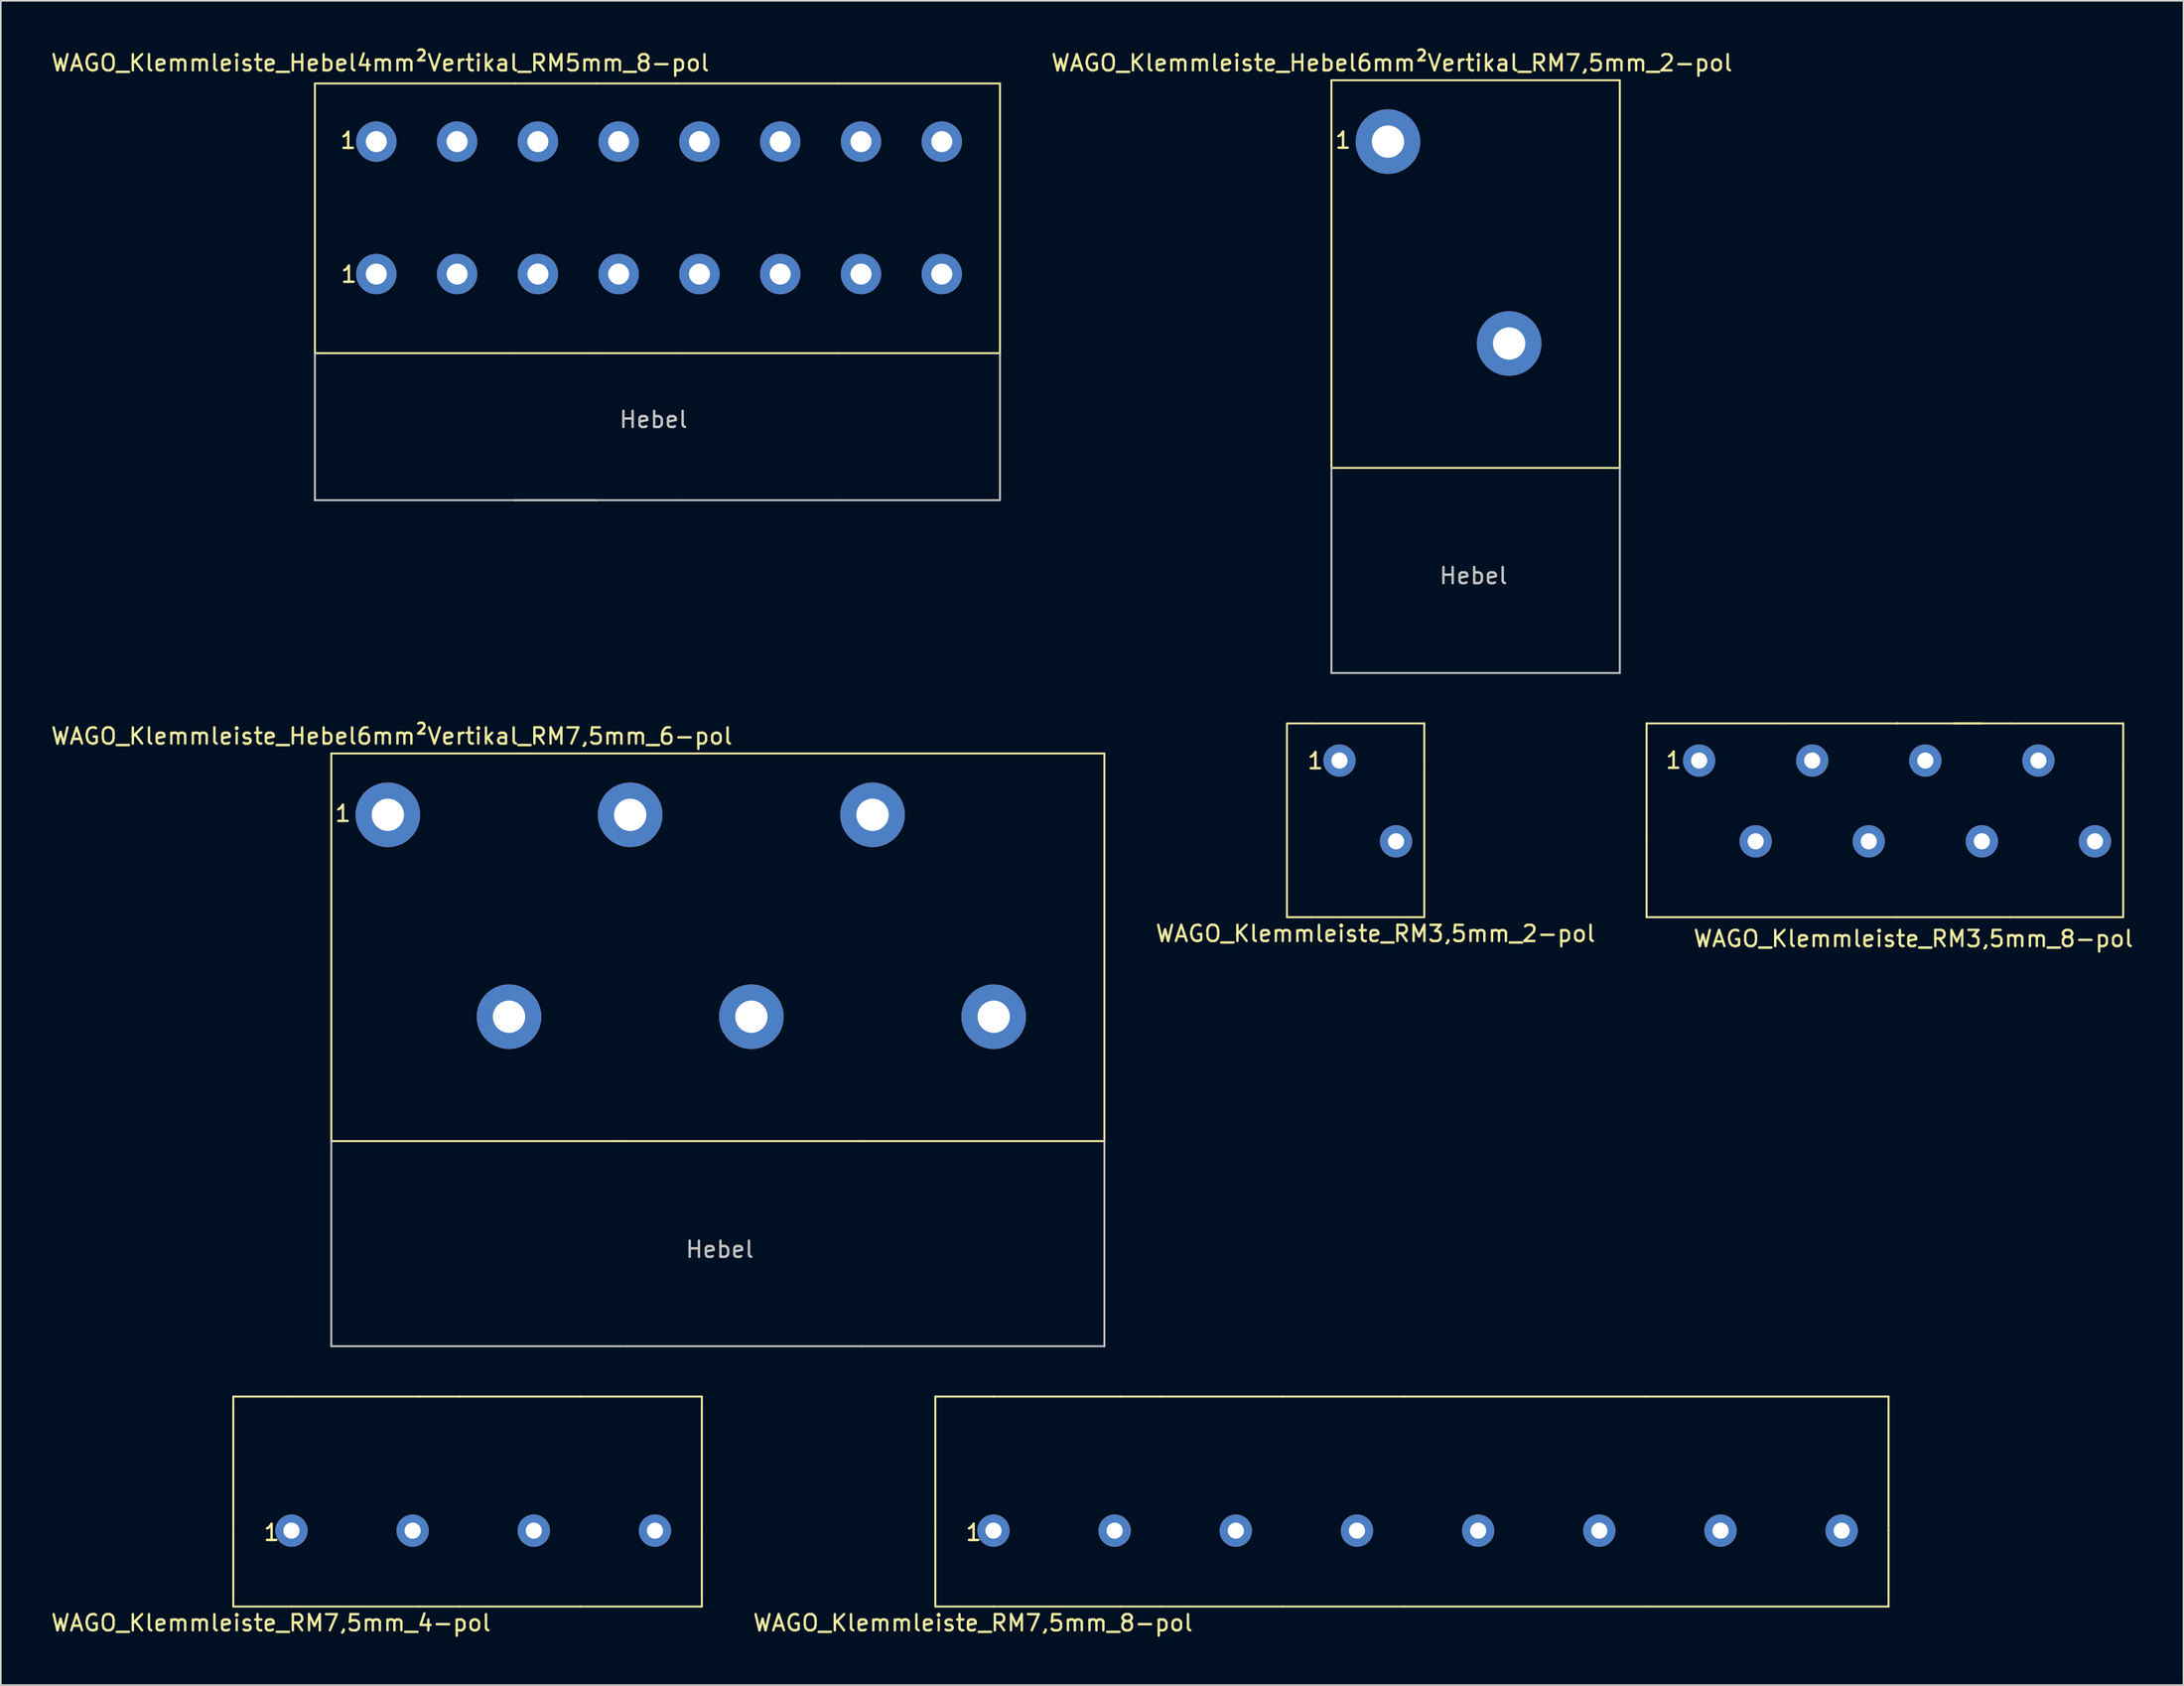
<source format=kicad_pcb>
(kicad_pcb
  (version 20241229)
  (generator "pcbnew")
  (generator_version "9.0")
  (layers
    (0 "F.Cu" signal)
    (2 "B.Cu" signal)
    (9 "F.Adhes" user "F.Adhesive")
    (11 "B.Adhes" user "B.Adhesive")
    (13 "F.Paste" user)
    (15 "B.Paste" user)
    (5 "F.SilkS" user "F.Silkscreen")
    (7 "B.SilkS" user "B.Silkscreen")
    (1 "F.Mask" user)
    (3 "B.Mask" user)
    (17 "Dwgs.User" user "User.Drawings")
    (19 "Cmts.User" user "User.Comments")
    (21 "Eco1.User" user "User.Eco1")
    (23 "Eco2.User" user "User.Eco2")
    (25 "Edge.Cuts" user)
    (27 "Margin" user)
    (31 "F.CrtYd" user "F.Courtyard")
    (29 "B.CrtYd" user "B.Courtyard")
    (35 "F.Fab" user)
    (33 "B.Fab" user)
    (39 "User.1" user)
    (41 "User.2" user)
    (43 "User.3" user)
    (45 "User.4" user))
  (footprint "WAGO_Klemmleiste_Hebel6mm²Vertikal_RM7,5mm_2-pol"
    (layer "F.Cu")
    (at 82.859 5.718)
    (property "Reference" "WAGO_Klemmleiste_Hebel6mm²Vertikal_RM7,5mm_2-pol" (at 0.24 -4.87 0) (layer "F.SilkS") (effects (font (size 1 1) (thickness 0.15))))
    (attr through_hole)
    (fp_line (start -3.5 -3.8) (end -3.5 20.2) (stroke (width 0.12) (type solid)) (layer "F.SilkS"))
    (fp_line (start -3.5 20.2) (end 14.35 20.2) (stroke (width 0.12) (type solid)) (layer "F.SilkS"))
    (fp_line (start 14.35 -3.8) (end -3.5 -3.8) (stroke (width 0.12) (type solid)) (layer "F.SilkS"))
    (fp_line (start 14.35 20.2) (end 14.35 -3.8) (stroke (width 0.12) (type solid)) (layer "F.SilkS"))
    (fp_line (start -3.5 20.2) (end -3.5 32.9) (stroke (width 0.12) (type solid)) (layer "Dwgs.User"))
    (fp_line (start -3.5 32.9) (end 14.35 32.9) (stroke (width 0.12) (type solid)) (layer "Dwgs.User"))
    (fp_line (start 14.35 32.9) (end 14.35 20.2) (stroke (width 0.12) (type solid)) (layer "Dwgs.User"))
    (fp_text user "1" (at -2.78 -0.08 0) (layer "F.SilkS") (effects (font (size 1 1) (thickness 0.15))))
    (fp_text user "Hebel" (at 5.29 26.88 0) (layer "Dwgs.User") (effects (font (size 1 1) (thickness 0.15))))
    (pad "1" thru_hole circle (at 0 0) (size 4 4) (drill 2) (layers "*.Cu" "*.Mask"))
    (pad "2" thru_hole circle (at 7.5 12.5) (size 4 4) (drill 2) (layers "*.Cu" "*.Mask")))
  (footprint "WAGO_Klemmleiste_RM7,5mm_8-pol"
    (layer "F.Cu")
    (at 58.44 91.716)
    (property "Reference" "WAGO_Klemmleiste_RM7,5mm_8-pol" (at -1.27 5.715 0) (layer "F.SilkS") (effects (font (size 1 1) (thickness 0.15))))
    (attr through_hole)
    (fp_line (start -3.6 -8.3) (end -3.6 0) (stroke (width 0.12) (type solid)) (layer "F.SilkS"))
    (fp_line (start -3.6 4.7) (end -3.6 0) (stroke (width 0.12) (type solid)) (layer "F.SilkS"))
    (fp_line (start 0 -8.3) (end -3.6 -8.3) (stroke (width 0.12) (type solid)) (layer "F.SilkS"))
    (fp_line (start 0 -8.3) (end 7.9 -8.3) (stroke (width 0.12) (type solid)) (layer "F.SilkS"))
    (fp_line (start 0 4.7) (end -3.6 4.7) (stroke (width 0.12) (type solid)) (layer "F.SilkS"))
    (fp_line (start 0 4.7) (end 7.9 4.7) (stroke (width 0.12) (type solid)) (layer "F.SilkS"))
    (fp_line (start 7.9 -8.3) (end 10.4 -8.3) (stroke (width 0.12) (type solid)) (layer "F.SilkS"))
    (fp_line (start 7.9 4.7) (end 10.4 4.7) (stroke (width 0.12) (type solid)) (layer "F.SilkS"))
    (fp_line (start 10.4 -8.3) (end 17.9 -8.3) (stroke (width 0.12) (type solid)) (layer "F.SilkS"))
    (fp_line (start 10.4 4.7) (end 17.9 4.7) (stroke (width 0.12) (type solid)) (layer "F.SilkS"))
    (fp_line (start 17.9 -8.3) (end 25.4 -8.3) (stroke (width 0.12) (type solid)) (layer "F.SilkS"))
    (fp_line (start 17.9 4.7) (end 25.4 4.7) (stroke (width 0.12) (type solid)) (layer "F.SilkS"))
    (fp_line (start 25.4 -8.3) (end 40.4 -8.3) (stroke (width 0.12) (type solid)) (layer "F.SilkS"))
    (fp_line (start 25.4 4.7) (end 40.4 4.7) (stroke (width 0.12) (type solid)) (layer "F.SilkS"))
    (fp_line (start 40.4 -8.3) (end 55.4 -8.3) (stroke (width 0.12) (type solid)) (layer "F.SilkS"))
    (fp_line (start 40.4 4.7) (end 55.4 4.7) (stroke (width 0.12) (type solid)) (layer "F.SilkS"))
    (fp_line (start 55.4 -8.3) (end 55.4 0) (stroke (width 0.12) (type solid)) (layer "F.SilkS"))
    (fp_line (start 55.4 4.7) (end 55.4 0) (stroke (width 0.12) (type solid)) (layer "F.SilkS"))
    (fp_text user "1" (at -1.23 0.12 0) (layer "F.SilkS") (effects (font (size 1 1) (thickness 0.15))))
    (pad "1" thru_hole circle (at 0 0) (size 2 2) (drill 1) (layers "*.Cu" "*.Mask"))
    (pad "2" thru_hole circle (at 7.5 0) (size 2 2) (drill 1) (layers "*.Cu" "*.Mask"))
    (pad "3" thru_hole circle (at 15 0) (size 2 2) (drill 1) (layers "*.Cu" "*.Mask"))
    (pad "4" thru_hole circle (at 22.5 0) (size 2 2) (drill 1) (layers "*.Cu" "*.Mask"))
    (pad "5" thru_hole circle (at 30 0) (size 2 2) (drill 1) (layers "*.Cu" "*.Mask"))
    (pad "6" thru_hole circle (at 37.5 0) (size 2 2) (drill 1) (layers "*.Cu" "*.Mask"))
    (pad "7" thru_hole circle (at 45 0) (size 2 2) (drill 1) (layers "*.Cu" "*.Mask"))
    (pad "8" thru_hole circle (at 52.5 0) (size 2 2) (drill 1) (layers "*.Cu" "*.Mask")))
  (footprint "WAGO_Klemmleiste_Hebel4mm²Vertikal_RM5mm_8-pol"
    (layer "F.Cu")
    (at 20.242 5.718)
    (property "Reference" "WAGO_Klemmleiste_Hebel4mm²Vertikal_RM5mm_8-pol" (at 0.24 -4.87 0) (layer "F.SilkS") (effects (font (size 1 1) (thickness 0.15))))
    (attr through_hole)
    (fp_line (start -3.8 -3.6) (end -3.8 13.1) (stroke (width 0.12) (type solid)) (layer "F.SilkS"))
    (fp_line (start -3.8 13.1) (end 8.6 13.1) (stroke (width 0.12) (type solid)) (layer "F.SilkS"))
    (fp_line (start 8.6 -3.6) (end -3.8 -3.6) (stroke (width 0.12) (type solid)) (layer "F.SilkS"))
    (fp_line (start 8.6 13.1) (end 13.6 13.1) (stroke (width 0.12) (type solid)) (layer "F.SilkS"))
    (fp_line (start 13.6 -3.6) (end 8.6 -3.6) (stroke (width 0.12) (type solid)) (layer "F.SilkS"))
    (fp_line (start 13.6 -3.6) (end 18.6 -3.6) (stroke (width 0.12) (type solid)) (layer "F.SilkS"))
    (fp_line (start 18.6 13.1) (end 13.6 13.1) (stroke (width 0.12) (type solid)) (layer "F.SilkS"))
    (fp_line (start 18.6 13.1) (end 28.6 13.1) (stroke (width 0.12) (type solid)) (layer "F.SilkS"))
    (fp_line (start 28.6 -3.6) (end 18.6 -3.6) (stroke (width 0.12) (type solid)) (layer "F.SilkS"))
    (fp_line (start 28.6 13.1) (end 38.6 13.1) (stroke (width 0.12) (type solid)) (layer "F.SilkS"))
    (fp_line (start 38.6 -3.6) (end 28.6 -3.6) (stroke (width 0.12) (type solid)) (layer "F.SilkS"))
    (fp_line (start 38.6 13.1) (end 38.6 -3.6) (stroke (width 0.12) (type solid)) (layer "F.SilkS"))
    (fp_line (start -3.8 13.1) (end -3.8 22.2) (stroke (width 0.12) (type solid)) (layer "Dwgs.User"))
    (fp_line (start -3.8 22.2) (end 8.6 22.2) (stroke (width 0.12) (type solid)) (layer "Dwgs.User"))
    (fp_line (start 8.6 22.2) (end 13.6 22.2) (stroke (width 0.12) (type solid)) (layer "Dwgs.User"))
    (fp_line (start 13.6 22.2) (end 8.6 22.2) (stroke (width 0.12) (type solid)) (layer "Dwgs.User"))
    (fp_line (start 13.6 22.2) (end 18.6 22.2) (stroke (width 0.12) (type solid)) (layer "Dwgs.User"))
    (fp_line (start 18.6 22.2) (end 28.6 22.2) (stroke (width 0.12) (type solid)) (layer "Dwgs.User"))
    (fp_line (start 28.6 22.2) (end 38.6 22.2) (stroke (width 0.12) (type solid)) (layer "Dwgs.User"))
    (fp_line (start 38.6 22.2) (end 38.6 13.1) (stroke (width 0.12) (type solid)) (layer "Dwgs.User"))
    (fp_text user "1" (at -1.7 8.22 0) (layer "F.SilkS") (effects (font (size 1 1) (thickness 0.15))))
    (fp_text user "1" (at -1.74 -0.07 0) (layer "F.SilkS") (effects (font (size 1 1) (thickness 0.15))))
    (fp_text user "Hebel" (at 17.15 17.21 0) (layer "Dwgs.User") (effects (font (size 1 1) (thickness 0.15))))
    (pad "1" thru_hole circle (at 0 0) (size 2.5 2.5) (drill 1.3) (layers "*.Cu" "*.Mask"))
    (pad "1" thru_hole circle (at 0 8.2) (size 2.5 2.5) (drill 1.3) (layers "*.Cu" "*.Mask"))
    (pad "2" thru_hole circle (at 5 0) (size 2.5 2.5) (drill 1.3) (layers "*.Cu" "*.Mask"))
    (pad "2" thru_hole circle (at 5 8.2) (size 2.5 2.5) (drill 1.3) (layers "*.Cu" "*.Mask"))
    (pad "3" thru_hole circle (at 10 0) (size 2.5 2.5) (drill 1.3) (layers "*.Cu" "*.Mask"))
    (pad "3" thru_hole circle (at 10 8.2) (size 2.5 2.5) (drill 1.3) (layers "*.Cu" "*.Mask"))
    (pad "4" thru_hole circle (at 15 0) (size 2.5 2.5) (drill 1.3) (layers "*.Cu" "*.Mask"))
    (pad "4" thru_hole circle (at 15 8.2) (size 2.5 2.5) (drill 1.3) (layers "*.Cu" "*.Mask"))
    (pad "5" thru_hole circle (at 20 0) (size 2.5 2.5) (drill 1.3) (layers "*.Cu" "*.Mask"))
    (pad "5" thru_hole circle (at 20 8.2) (size 2.5 2.5) (drill 1.3) (layers "*.Cu" "*.Mask"))
    (pad "6" thru_hole circle (at 25 0) (size 2.5 2.5) (drill 1.3) (layers "*.Cu" "*.Mask"))
    (pad "6" thru_hole circle (at 25 8.2) (size 2.5 2.5) (drill 1.3) (layers "*.Cu" "*.Mask"))
    (pad "7" thru_hole circle (at 30 0) (size 2.5 2.5) (drill 1.3) (layers "*.Cu" "*.Mask"))
    (pad "7" thru_hole circle (at 30 8.2) (size 2.5 2.5) (drill 1.3) (layers "*.Cu" "*.Mask"))
    (pad "8" thru_hole circle (at 35 0) (size 2.5 2.5) (drill 1.3) (layers "*.Cu" "*.Mask"))
    (pad "8" thru_hole circle (at 35 8.2) (size 2.5 2.5) (drill 1.3) (layers "*.Cu" "*.Mask")))
  (footprint "WAGO_Klemmleiste_RM3,5mm_2-pol"
    (layer "F.Cu")
    (at 79.857 44.038)
    (property "Reference" "WAGO_Klemmleiste_RM3,5mm_2-pol" (at 2.23 10.715 0) (layer "F.SilkS") (effects (font (size 1 1) (thickness 0.15))))
    (attr through_hole)
    (fp_line (start -3.25 -2.3) (end -1.75 -2.3) (stroke (width 0.12) (type solid)) (layer "F.SilkS"))
    (fp_line (start -3.25 5) (end -3.25 -2.3) (stroke (width 0.12) (type solid)) (layer "F.SilkS"))
    (fp_line (start -3.25 5) (end -3.25 9.7) (stroke (width 0.12) (type solid)) (layer "F.SilkS"))
    (fp_line (start -3.25 9.7) (end -1.75 9.7) (stroke (width 0.12) (type solid)) (layer "F.SilkS"))
    (fp_line (start -1.75 -2.3) (end 5.25 -2.3) (stroke (width 0.12) (type solid)) (layer "F.SilkS"))
    (fp_line (start 5.25 0.3) (end 5.25 -2.3) (stroke (width 0.12) (type solid)) (layer "F.SilkS"))
    (fp_line (start 5.25 9.7) (end -1.75 9.7) (stroke (width 0.12) (type solid)) (layer "F.SilkS"))
    (fp_line (start 5.25 9.7) (end 5.25 0.3) (stroke (width 0.12) (type solid)) (layer "F.SilkS"))
    (fp_text user "1" (at -1.49 0.02 0) (layer "F.SilkS") (effects (font (size 1 1) (thickness 0.15))))
    (pad "1" thru_hole circle (at 0 0) (size 2 2) (drill 1) (layers "*.Cu" "*.Mask"))
    (pad "2" thru_hole circle (at 3.5 5) (size 2 2) (drill 1) (layers "*.Cu" "*.Mask")))
  (footprint "WAGO_Klemmleiste_RM3,5mm_8-pol"
    (layer "F.Cu")
    (at 102.117 44.038)
    (property "Reference" "WAGO_Klemmleiste_RM3,5mm_8-pol" (at 13.26 11.03 0) (layer "F.SilkS") (effects (font (size 1 1) (thickness 0.15))))
    (attr through_hole)
    (fp_line (start -3.25 -2.3) (end -3.25 5) (stroke (width 0.12) (type solid)) (layer "F.SilkS"))
    (fp_line (start -3.25 5) (end -3.25 9.7) (stroke (width 0.12) (type solid)) (layer "F.SilkS"))
    (fp_line (start -3.25 9.7) (end 5.25 9.7) (stroke (width 0.12) (type solid)) (layer "F.SilkS"))
    (fp_line (start 5.25 -2.3) (end -3.25 -2.3) (stroke (width 0.12) (type solid)) (layer "F.SilkS"))
    (fp_line (start 12.25 9.7) (end 5.25 9.7) (stroke (width 0.12) (type solid)) (layer "F.SilkS"))
    (fp_line (start 12.275 -2.3) (end 5.25 -2.3) (stroke (width 0.12) (type solid)) (layer "F.SilkS"))
    (fp_line (start 12.275 -2.3) (end 12.25 -2.3) (stroke (width 0.12) (type solid)) (layer "F.SilkS"))
    (fp_line (start 15.75 -2.3) (end 12.275 -2.3) (stroke (width 0.12) (type solid)) (layer "F.SilkS"))
    (fp_line (start 15.75 -2.3) (end 17.5 -2.3) (stroke (width 0.12) (type solid)) (layer "F.SilkS"))
    (fp_line (start 15.75 9.7) (end 12.25 9.7) (stroke (width 0.12) (type solid)) (layer "F.SilkS"))
    (fp_line (start 19.25 -2.3) (end 15.75 -2.3) (stroke (width 0.12) (type solid)) (layer "F.SilkS"))
    (fp_line (start 19.25 -2.3) (end 26.25 -2.3) (stroke (width 0.12) (type solid)) (layer "F.SilkS"))
    (fp_line (start 19.25 9.7) (end 15.75 9.7) (stroke (width 0.12) (type solid)) (layer "F.SilkS"))
    (fp_line (start 26.25 0.3) (end 26.25 -2.3) (stroke (width 0.12) (type solid)) (layer "F.SilkS"))
    (fp_line (start 26.25 9.7) (end 19.25 9.7) (stroke (width 0.12) (type solid)) (layer "F.SilkS"))
    (fp_line (start 26.25 9.7) (end 26.25 0.3) (stroke (width 0.12) (type solid)) (layer "F.SilkS"))
    (fp_text user "1" (at -1.58 -0.01 0) (layer "F.SilkS") (effects (font (size 1 1) (thickness 0.15))))
    (pad "1" thru_hole circle (at 0 0) (size 2 2) (drill 1) (layers "*.Cu" "*.Mask"))
    (pad "2" thru_hole circle (at 3.5 5) (size 2 2) (drill 1) (layers "*.Cu" "*.Mask"))
    (pad "3" thru_hole circle (at 7 0) (size 2 2) (drill 1) (layers "*.Cu" "*.Mask"))
    (pad "4" thru_hole circle (at 10.5 5) (size 2 2) (drill 1) (layers "*.Cu" "*.Mask"))
    (pad "5" thru_hole circle (at 14 0) (size 2 2) (drill 1) (layers "*.Cu" "*.Mask"))
    (pad "6" thru_hole circle (at 17.5 5) (size 2 2) (drill 1) (layers "*.Cu" "*.Mask"))
    (pad "7" thru_hole circle (at 21 0) (size 2 2) (drill 1) (layers "*.Cu" "*.Mask"))
    (pad "8" thru_hole circle (at 24.5 5) (size 2 2) (drill 1) (layers "*.Cu" "*.Mask")))
  (footprint "WAGO_Klemmleiste_Hebel6mm²Vertikal_RM7,5mm_6-pol"
    (layer "F.Cu")
    (at 20.956 47.397)
    (property "Reference" "WAGO_Klemmleiste_Hebel6mm²Vertikal_RM7,5mm_6-pol" (at 0.24 -4.87 0) (layer "F.SilkS") (effects (font (size 1 1) (thickness 0.15))))
    (attr through_hole)
    (fp_line (start -3.5 -3.8) (end -3.5 20.2) (stroke (width 0.12) (type solid)) (layer "F.SilkS"))
    (fp_line (start -3.5 20.2) (end 14.35 20.2) (stroke (width 0.12) (type solid)) (layer "F.SilkS"))
    (fp_line (start 14.35 -3.8) (end -3.5 -3.8) (stroke (width 0.12) (type solid)) (layer "F.SilkS"))
    (fp_line (start 14.35 -3.8) (end 29.35 -3.8) (stroke (width 0.12) (type solid)) (layer "F.SilkS"))
    (fp_line (start 29.35 -3.8) (end 44.35 -3.8) (stroke (width 0.12) (type solid)) (layer "F.SilkS"))
    (fp_line (start 29.35 20.2) (end 14.35 20.2) (stroke (width 0.12) (type solid)) (layer "F.SilkS"))
    (fp_line (start 44.35 -3.8) (end 44.35 20.2) (stroke (width 0.12) (type solid)) (layer "F.SilkS"))
    (fp_line (start 44.35 20.2) (end 29.35 20.2) (stroke (width 0.12) (type solid)) (layer "F.SilkS"))
    (fp_line (start -3.5 20.2) (end -3.5 32.9) (stroke (width 0.12) (type solid)) (layer "Dwgs.User"))
    (fp_line (start -3.5 32.9) (end 14.35 32.9) (stroke (width 0.12) (type solid)) (layer "Dwgs.User"))
    (fp_line (start 29.35 32.9) (end 14.35 32.9) (stroke (width 0.12) (type solid)) (layer "Dwgs.User"))
    (fp_line (start 29.35 32.9) (end 44.35 32.9) (stroke (width 0.12) (type solid)) (layer "Dwgs.User"))
    (fp_line (start 44.35 32.9) (end 44.35 20.2) (stroke (width 0.12) (type solid)) (layer "Dwgs.User"))
    (fp_text user "1" (at -2.78 -0.08 0) (layer "F.SilkS") (effects (font (size 1 1) (thickness 0.15))))
    (fp_text user "Hebel" (at 20.54 26.91 0) (layer "Dwgs.User") (effects (font (size 1 1) (thickness 0.15))))
    (pad "1" thru_hole circle (at 0 0) (size 4 4) (drill 2) (layers "*.Cu" "*.Mask"))
    (pad "2" thru_hole circle (at 7.5 12.5) (size 4 4) (drill 2) (layers "*.Cu" "*.Mask"))
    (pad "3" thru_hole circle (at 15 0) (size 4 4) (drill 2) (layers "*.Cu" "*.Mask"))
    (pad "4" thru_hole circle (at 22.5 12.5) (size 4 4) (drill 2) (layers "*.Cu" "*.Mask"))
    (pad "5" thru_hole circle (at 30 0) (size 4 4) (drill 2) (layers "*.Cu" "*.Mask"))
    (pad "6" thru_hole circle (at 37.5 12.5) (size 4 4) (drill 2) (layers "*.Cu" "*.Mask")))
  (footprint "WAGO_Klemmleiste_RM7,5mm_4-pol"
    (layer "F.Cu")
    (at 14.99 91.716)
    (property "Reference" "WAGO_Klemmleiste_RM7,5mm_4-pol" (at -1.27 5.715 0) (layer "F.SilkS") (effects (font (size 1 1) (thickness 0.15))))
    (attr through_hole)
    (fp_line (start -3.6 -8.3) (end -3.6 0) (stroke (width 0.12) (type solid)) (layer "F.SilkS"))
    (fp_line (start -3.6 4.7) (end -3.6 0) (stroke (width 0.12) (type solid)) (layer "F.SilkS"))
    (fp_line (start 0 -8.3) (end -3.6 -8.3) (stroke (width 0.12) (type solid)) (layer "F.SilkS"))
    (fp_line (start 0 -8.3) (end 7.9 -8.3) (stroke (width 0.12) (type solid)) (layer "F.SilkS"))
    (fp_line (start 0 4.7) (end -3.6 4.7) (stroke (width 0.12) (type solid)) (layer "F.SilkS"))
    (fp_line (start 0 4.7) (end 7.9 4.7) (stroke (width 0.12) (type solid)) (layer "F.SilkS"))
    (fp_line (start 7.9 -8.3) (end 10.4 -8.3) (stroke (width 0.12) (type solid)) (layer "F.SilkS"))
    (fp_line (start 7.9 4.7) (end 10.4 4.7) (stroke (width 0.12) (type solid)) (layer "F.SilkS"))
    (fp_line (start 10.4 -8.3) (end 17.9 -8.3) (stroke (width 0.12) (type solid)) (layer "F.SilkS"))
    (fp_line (start 10.4 4.7) (end 17.9 4.7) (stroke (width 0.12) (type solid)) (layer "F.SilkS"))
    (fp_line (start 17.9 -8.3) (end 25.4 -8.3) (stroke (width 0.12) (type solid)) (layer "F.SilkS"))
    (fp_line (start 17.9 4.7) (end 25.4 4.7) (stroke (width 0.12) (type solid)) (layer "F.SilkS"))
    (fp_line (start 25.4 -8.3) (end 25.4 0) (stroke (width 0.12) (type solid)) (layer "F.SilkS"))
    (fp_line (start 25.4 4.7) (end 25.4 0) (stroke (width 0.12) (type solid)) (layer "F.SilkS"))
    (fp_text user "1" (at -1.23 0.12 0) (layer "F.SilkS") (effects (font (size 1 1) (thickness 0.15))))
    (pad "1" thru_hole circle (at 0 0) (size 2 2) (drill 1) (layers "*.Cu" "*.Mask"))
    (pad "2" thru_hole circle (at 7.5 0) (size 2 2) (drill 1) (layers "*.Cu" "*.Mask"))
    (pad "3" thru_hole circle (at 15 0) (size 2 2) (drill 1) (layers "*.Cu" "*.Mask"))
    (pad "4" thru_hole circle (at 22.5 0) (size 2 2) (drill 1) (layers "*.Cu" "*.Mask")))
  (gr_rect
    (start -3 -3)
    (end 132.097 101.28)
    (stroke (width 0.1) (type default))
    (fill no)
    (layer "Edge.Cuts")))
</source>
